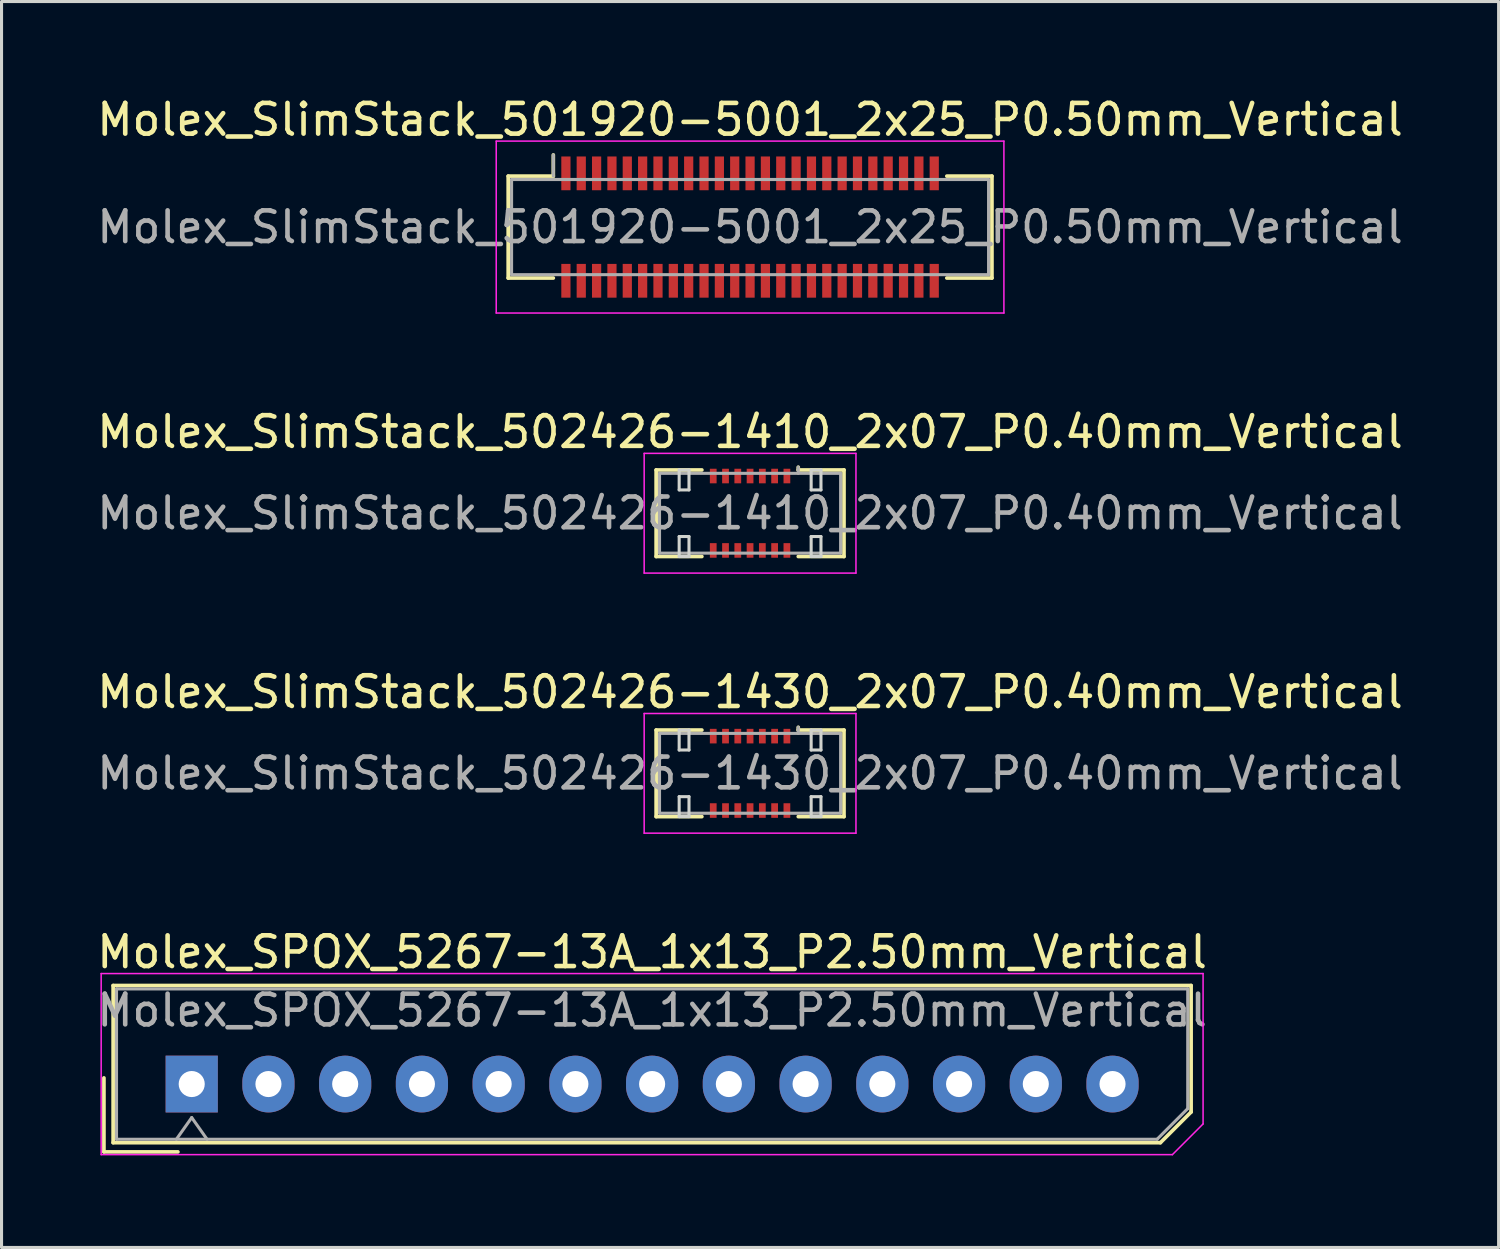
<source format=kicad_pcb>
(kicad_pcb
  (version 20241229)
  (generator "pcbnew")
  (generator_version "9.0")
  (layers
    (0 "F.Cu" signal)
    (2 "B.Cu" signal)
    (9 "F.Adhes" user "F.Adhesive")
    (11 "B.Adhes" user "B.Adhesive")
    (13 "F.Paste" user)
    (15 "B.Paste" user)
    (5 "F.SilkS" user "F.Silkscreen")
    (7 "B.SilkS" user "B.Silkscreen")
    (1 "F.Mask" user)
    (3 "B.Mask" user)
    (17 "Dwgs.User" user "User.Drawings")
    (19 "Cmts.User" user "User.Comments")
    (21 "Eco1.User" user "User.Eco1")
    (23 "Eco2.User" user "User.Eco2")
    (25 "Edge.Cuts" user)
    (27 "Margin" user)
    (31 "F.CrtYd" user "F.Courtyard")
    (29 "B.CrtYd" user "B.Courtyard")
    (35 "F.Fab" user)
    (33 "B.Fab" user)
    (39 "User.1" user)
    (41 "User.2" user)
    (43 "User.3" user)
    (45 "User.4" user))
  (footprint "Molex_SlimStack_501920-5001_2x25_P0.50mm_Vertical"
    (layer "F.Cu")
    (at 21.387 4.348)
    (property "Reference" "Molex_SlimStack_501920-5001_2x25_P0.50mm_Vertical" (at 0 -3.5 0) (layer "F.SilkS") (effects (font (size 1 1) (thickness 0.15))))
    (attr smd)
    (fp_line (start -7.88 -1.66) (end -6.41 -1.66) (stroke (width 0.12) (type solid)) (layer "F.SilkS"))
    (fp_line (start -7.88 1.66) (end -7.88 -1.66) (stroke (width 0.12) (type solid)) (layer "F.SilkS"))
    (fp_line (start -6.41 -1.66) (end -6.41 -2.35) (stroke (width 0.12) (type solid)) (layer "F.SilkS"))
    (fp_line (start -6.41 1.66) (end -7.88 1.66) (stroke (width 0.12) (type solid)) (layer "F.SilkS"))
    (fp_line (start 6.41 1.66) (end 7.88 1.66) (stroke (width 0.12) (type solid)) (layer "F.SilkS"))
    (fp_line (start 7.88 -1.66) (end 6.41 -1.66) (stroke (width 0.12) (type solid)) (layer "F.SilkS"))
    (fp_line (start 7.88 1.66) (end 7.88 -1.66) (stroke (width 0.12) (type solid)) (layer "F.SilkS"))
    (fp_line (start -8.27 -2.8) (end -8.27 2.8) (stroke (width 0.05) (type solid)) (layer "F.CrtYd"))
    (fp_line (start -8.27 2.8) (end 8.27 2.8) (stroke (width 0.05) (type solid)) (layer "F.CrtYd"))
    (fp_line (start 8.27 -2.8) (end -8.27 -2.8) (stroke (width 0.05) (type solid)) (layer "F.CrtYd"))
    (fp_line (start 8.27 2.8) (end 8.27 -2.8) (stroke (width 0.05) (type solid)) (layer "F.CrtYd"))
    (fp_line (start -7.77 -1.55) (end -7.77 1.55) (stroke (width 0.1) (type solid)) (layer "F.Fab"))
    (fp_line (start -7.77 1.55) (end 7.77 1.55) (stroke (width 0.1) (type solid)) (layer "F.Fab"))
    (fp_line (start -6.41 -1.66) (end -6.41 -2.35) (stroke (width 0.1) (type solid)) (layer "F.Fab"))
    (fp_line (start 7.77 -1.55) (end -7.77 -1.55) (stroke (width 0.1) (type solid)) (layer "F.Fab"))
    (fp_line (start 7.77 1.55) (end 7.77 -1.55) (stroke (width 0.1) (type solid)) (layer "F.Fab"))
    (fp_text user "${REFERENCE}" (at 0 0 0) (layer "F.Fab") (effects (font (size 1 1) (thickness 0.15))))
    (pad "1" smd rect (at -6 -1.75) (size 0.3 1.1) (layers "F.Cu" "F.Mask" "F.Paste"))
    (pad "2" smd rect (at -6 1.75) (size 0.3 1.1) (layers "F.Cu" "F.Mask" "F.Paste"))
    (pad "3" smd rect (at -5.5 -1.75) (size 0.3 1.1) (layers "F.Cu" "F.Mask" "F.Paste"))
    (pad "4" smd rect (at -5.5 1.75) (size 0.3 1.1) (layers "F.Cu" "F.Mask" "F.Paste"))
    (pad "5" smd rect (at -5 -1.75) (size 0.3 1.1) (layers "F.Cu" "F.Mask" "F.Paste"))
    (pad "6" smd rect (at -5 1.75) (size 0.3 1.1) (layers "F.Cu" "F.Mask" "F.Paste"))
    (pad "7" smd rect (at -4.5 -1.75) (size 0.3 1.1) (layers "F.Cu" "F.Mask" "F.Paste"))
    (pad "8" smd rect (at -4.5 1.75) (size 0.3 1.1) (layers "F.Cu" "F.Mask" "F.Paste"))
    (pad "9" smd rect (at -4 -1.75) (size 0.3 1.1) (layers "F.Cu" "F.Mask" "F.Paste"))
    (pad "10" smd rect (at -4 1.75) (size 0.3 1.1) (layers "F.Cu" "F.Mask" "F.Paste"))
    (pad "11" smd rect (at -3.5 -1.75) (size 0.3 1.1) (layers "F.Cu" "F.Mask" "F.Paste"))
    (pad "12" smd rect (at -3.5 1.75) (size 0.3 1.1) (layers "F.Cu" "F.Mask" "F.Paste"))
    (pad "13" smd rect (at -3 -1.75) (size 0.3 1.1) (layers "F.Cu" "F.Mask" "F.Paste"))
    (pad "14" smd rect (at -3 1.75) (size 0.3 1.1) (layers "F.Cu" "F.Mask" "F.Paste"))
    (pad "15" smd rect (at -2.5 -1.75) (size 0.3 1.1) (layers "F.Cu" "F.Mask" "F.Paste"))
    (pad "16" smd rect (at -2.5 1.75) (size 0.3 1.1) (layers "F.Cu" "F.Mask" "F.Paste"))
    (pad "17" smd rect (at -2 -1.75) (size 0.3 1.1) (layers "F.Cu" "F.Mask" "F.Paste"))
    (pad "18" smd rect (at -2 1.75) (size 0.3 1.1) (layers "F.Cu" "F.Mask" "F.Paste"))
    (pad "19" smd rect (at -1.5 -1.75) (size 0.3 1.1) (layers "F.Cu" "F.Mask" "F.Paste"))
    (pad "20" smd rect (at -1.5 1.75) (size 0.3 1.1) (layers "F.Cu" "F.Mask" "F.Paste"))
    (pad "21" smd rect (at -1 -1.75) (size 0.3 1.1) (layers "F.Cu" "F.Mask" "F.Paste"))
    (pad "22" smd rect (at -1 1.75) (size 0.3 1.1) (layers "F.Cu" "F.Mask" "F.Paste"))
    (pad "23" smd rect (at -0.5 -1.75) (size 0.3 1.1) (layers "F.Cu" "F.Mask" "F.Paste"))
    (pad "24" smd rect (at -0.5 1.75) (size 0.3 1.1) (layers "F.Cu" "F.Mask" "F.Paste"))
    (pad "25" smd rect (at 0 -1.75) (size 0.3 1.1) (layers "F.Cu" "F.Mask" "F.Paste"))
    (pad "26" smd rect (at 0 1.75) (size 0.3 1.1) (layers "F.Cu" "F.Mask" "F.Paste"))
    (pad "27" smd rect (at 0.5 -1.75) (size 0.3 1.1) (layers "F.Cu" "F.Mask" "F.Paste"))
    (pad "28" smd rect (at 0.5 1.75) (size 0.3 1.1) (layers "F.Cu" "F.Mask" "F.Paste"))
    (pad "29" smd rect (at 1 -1.75) (size 0.3 1.1) (layers "F.Cu" "F.Mask" "F.Paste"))
    (pad "30" smd rect (at 1 1.75) (size 0.3 1.1) (layers "F.Cu" "F.Mask" "F.Paste"))
    (pad "31" smd rect (at 1.5 -1.75) (size 0.3 1.1) (layers "F.Cu" "F.Mask" "F.Paste"))
    (pad "32" smd rect (at 1.5 1.75) (size 0.3 1.1) (layers "F.Cu" "F.Mask" "F.Paste"))
    (pad "33" smd rect (at 2 -1.75) (size 0.3 1.1) (layers "F.Cu" "F.Mask" "F.Paste"))
    (pad "34" smd rect (at 2 1.75) (size 0.3 1.1) (layers "F.Cu" "F.Mask" "F.Paste"))
    (pad "35" smd rect (at 2.5 -1.75) (size 0.3 1.1) (layers "F.Cu" "F.Mask" "F.Paste"))
    (pad "36" smd rect (at 2.5 1.75) (size 0.3 1.1) (layers "F.Cu" "F.Mask" "F.Paste"))
    (pad "37" smd rect (at 3 -1.75) (size 0.3 1.1) (layers "F.Cu" "F.Mask" "F.Paste"))
    (pad "38" smd rect (at 3 1.75) (size 0.3 1.1) (layers "F.Cu" "F.Mask" "F.Paste"))
    (pad "39" smd rect (at 3.5 -1.75) (size 0.3 1.1) (layers "F.Cu" "F.Mask" "F.Paste"))
    (pad "40" smd rect (at 3.5 1.75) (size 0.3 1.1) (layers "F.Cu" "F.Mask" "F.Paste"))
    (pad "41" smd rect (at 4 -1.75) (size 0.3 1.1) (layers "F.Cu" "F.Mask" "F.Paste"))
    (pad "42" smd rect (at 4 1.75) (size 0.3 1.1) (layers "F.Cu" "F.Mask" "F.Paste"))
    (pad "43" smd rect (at 4.5 -1.75) (size 0.3 1.1) (layers "F.Cu" "F.Mask" "F.Paste"))
    (pad "44" smd rect (at 4.5 1.75) (size 0.3 1.1) (layers "F.Cu" "F.Mask" "F.Paste"))
    (pad "45" smd rect (at 5 -1.75) (size 0.3 1.1) (layers "F.Cu" "F.Mask" "F.Paste"))
    (pad "46" smd rect (at 5 1.75) (size 0.3 1.1) (layers "F.Cu" "F.Mask" "F.Paste"))
    (pad "47" smd rect (at 5.5 -1.75) (size 0.3 1.1) (layers "F.Cu" "F.Mask" "F.Paste"))
    (pad "48" smd rect (at 5.5 1.75) (size 0.3 1.1) (layers "F.Cu" "F.Mask" "F.Paste"))
    (pad "49" smd rect (at 6 -1.75) (size 0.3 1.1) (layers "F.Cu" "F.Mask" "F.Paste"))
    (pad "50" smd rect (at 6 1.75) (size 0.3 1.1) (layers "F.Cu" "F.Mask" "F.Paste")))
  (footprint "Molex_SlimStack_502426-1430_2x07_P0.40mm_Vertical"
    (layer "F.Cu")
    (at 21.387 22.145)
    (property "Reference" "Molex_SlimStack_502426-1430_2x07_P0.40mm_Vertical" (at 0 -2.65 0) (layer "F.SilkS") (effects (font (size 1 1) (thickness 0.15))))
    (attr smd)
    (fp_line (start -3.06 -1.41) (end -1.57 -1.41) (stroke (width 0.12) (type solid)) (layer "F.SilkS"))
    (fp_line (start -3.06 1.41) (end -3.06 -1.41) (stroke (width 0.12) (type solid)) (layer "F.SilkS"))
    (fp_line (start -1.57 1.41) (end -3.06 1.41) (stroke (width 0.12) (type solid)) (layer "F.SilkS"))
    (fp_line (start 1.57 -1.41) (end 1.57 -1.5) (stroke (width 0.12) (type solid)) (layer "F.SilkS"))
    (fp_line (start 1.57 1.41) (end 3.06 1.41) (stroke (width 0.12) (type solid)) (layer "F.SilkS"))
    (fp_line (start 3.06 -1.41) (end 1.57 -1.41) (stroke (width 0.12) (type solid)) (layer "F.SilkS"))
    (fp_line (start 3.06 1.41) (end 3.06 -1.41) (stroke (width 0.12) (type solid)) (layer "F.SilkS"))
    (fp_line (start -2.31 -1.41) (end -2.31 -0.76) (stroke (width 0.1) (type solid)) (layer "Edge.Cuts"))
    (fp_line (start -2.31 -0.76) (end -1.99 -0.76) (stroke (width 0.1) (type solid)) (layer "Edge.Cuts"))
    (fp_line (start -2.31 0.76) (end -2.31 1.41) (stroke (width 0.1) (type solid)) (layer "Edge.Cuts"))
    (fp_line (start -2.31 1.41) (end -1.99 1.41) (stroke (width 0.1) (type solid)) (layer "Edge.Cuts"))
    (fp_line (start -1.99 -1.41) (end -2.31 -1.41) (stroke (width 0.1) (type solid)) (layer "Edge.Cuts"))
    (fp_line (start -1.99 -0.76) (end -1.99 -1.41) (stroke (width 0.1) (type solid)) (layer "Edge.Cuts"))
    (fp_line (start -1.99 0.76) (end -2.31 0.76) (stroke (width 0.1) (type solid)) (layer "Edge.Cuts"))
    (fp_line (start -1.99 1.41) (end -1.99 0.76) (stroke (width 0.1) (type solid)) (layer "Edge.Cuts"))
    (fp_line (start 1.99 -1.41) (end 1.99 -0.76) (stroke (width 0.1) (type solid)) (layer "Edge.Cuts"))
    (fp_line (start 1.99 -0.76) (end 2.31 -0.76) (stroke (width 0.1) (type solid)) (layer "Edge.Cuts"))
    (fp_line (start 1.99 0.76) (end 1.99 1.41) (stroke (width 0.1) (type solid)) (layer "Edge.Cuts"))
    (fp_line (start 1.99 1.41) (end 2.31 1.41) (stroke (width 0.1) (type solid)) (layer "Edge.Cuts"))
    (fp_line (start 2.31 -1.41) (end 1.99 -1.41) (stroke (width 0.1) (type solid)) (layer "Edge.Cuts"))
    (fp_line (start 2.31 -0.76) (end 2.31 -1.41) (stroke (width 0.1) (type solid)) (layer "Edge.Cuts"))
    (fp_line (start 2.31 0.76) (end 1.99 0.76) (stroke (width 0.1) (type solid)) (layer "Edge.Cuts"))
    (fp_line (start 2.31 1.41) (end 2.31 0.76) (stroke (width 0.1) (type solid)) (layer "Edge.Cuts"))
    (fp_line (start -3.45 -1.95) (end -3.45 1.95) (stroke (width 0.05) (type solid)) (layer "F.CrtYd"))
    (fp_line (start -3.45 1.95) (end 3.45 1.95) (stroke (width 0.05) (type solid)) (layer "F.CrtYd"))
    (fp_line (start 3.45 -1.95) (end -3.45 -1.95) (stroke (width 0.05) (type solid)) (layer "F.CrtYd"))
    (fp_line (start 3.45 1.95) (end 3.45 -1.95) (stroke (width 0.05) (type solid)) (layer "F.CrtYd"))
    (fp_line (start -2.95 -1.3) (end -2.95 1.3) (stroke (width 0.1) (type solid)) (layer "F.Fab"))
    (fp_line (start -2.95 1.3) (end 2.95 1.3) (stroke (width 0.1) (type solid)) (layer "F.Fab"))
    (fp_line (start 1.57 -1.3) (end 1.57 -1.5) (stroke (width 0.1) (type solid)) (layer "F.Fab"))
    (fp_line (start 2.95 -1.3) (end -2.95 -1.3) (stroke (width 0.1) (type solid)) (layer "F.Fab"))
    (fp_line (start 2.95 1.3) (end 2.95 -1.3) (stroke (width 0.1) (type solid)) (layer "F.Fab"))
    (fp_text user "${REFERENCE}" (at 0 0 0) (layer "F.Fab") (effects (font (size 1 1) (thickness 0.15))))
    (pad "1" smd rect (at 1.2 -1.212) (size 0.22 0.475) (layers "F.Cu" "F.Mask" "F.Paste"))
    (pad "2" smd rect (at 1.2 1.212) (size 0.22 0.475) (layers "F.Cu" "F.Mask" "F.Paste"))
    (pad "3" smd rect (at 0.8 -1.212) (size 0.22 0.475) (layers "F.Cu" "F.Mask" "F.Paste"))
    (pad "4" smd rect (at 0.8 1.212) (size 0.22 0.475) (layers "F.Cu" "F.Mask" "F.Paste"))
    (pad "5" smd rect (at 0.4 -1.212) (size 0.22 0.475) (layers "F.Cu" "F.Mask" "F.Paste"))
    (pad "6" smd rect (at 0.4 1.212) (size 0.22 0.475) (layers "F.Cu" "F.Mask" "F.Paste"))
    (pad "7" smd rect (at 0 -1.212) (size 0.22 0.475) (layers "F.Cu" "F.Mask" "F.Paste"))
    (pad "8" smd rect (at 0 1.212) (size 0.22 0.475) (layers "F.Cu" "F.Mask" "F.Paste"))
    (pad "9" smd rect (at -0.4 -1.212) (size 0.22 0.475) (layers "F.Cu" "F.Mask" "F.Paste"))
    (pad "10" smd rect (at -0.4 1.212) (size 0.22 0.475) (layers "F.Cu" "F.Mask" "F.Paste"))
    (pad "11" smd rect (at -0.8 -1.212) (size 0.22 0.475) (layers "F.Cu" "F.Mask" "F.Paste"))
    (pad "12" smd rect (at -0.8 1.212) (size 0.22 0.475) (layers "F.Cu" "F.Mask" "F.Paste"))
    (pad "13" smd rect (at -1.2 -1.212) (size 0.22 0.475) (layers "F.Cu" "F.Mask" "F.Paste"))
    (pad "14" smd rect (at -1.2 1.212) (size 0.22 0.475) (layers "F.Cu" "F.Mask" "F.Paste")))
  (footprint "Molex_SlimStack_502426-1410_2x07_P0.40mm_Vertical"
    (layer "F.Cu")
    (at 21.387 13.671)
    (property "Reference" "Molex_SlimStack_502426-1410_2x07_P0.40mm_Vertical" (at 0 -2.65 0) (layer "F.SilkS") (effects (font (size 1 1) (thickness 0.15))))
    (attr smd)
    (fp_line (start -3.06 -1.41) (end -1.57 -1.41) (stroke (width 0.12) (type solid)) (layer "F.SilkS"))
    (fp_line (start -3.06 1.41) (end -3.06 -1.41) (stroke (width 0.12) (type solid)) (layer "F.SilkS"))
    (fp_line (start -1.57 1.41) (end -3.06 1.41) (stroke (width 0.12) (type solid)) (layer "F.SilkS"))
    (fp_line (start 1.57 -1.41) (end 1.57 -1.5) (stroke (width 0.12) (type solid)) (layer "F.SilkS"))
    (fp_line (start 1.57 1.41) (end 3.06 1.41) (stroke (width 0.12) (type solid)) (layer "F.SilkS"))
    (fp_line (start 3.06 -1.41) (end 1.57 -1.41) (stroke (width 0.12) (type solid)) (layer "F.SilkS"))
    (fp_line (start 3.06 1.41) (end 3.06 -1.41) (stroke (width 0.12) (type solid)) (layer "F.SilkS"))
    (fp_line (start -2.31 -1.41) (end -2.31 -0.76) (stroke (width 0.1) (type solid)) (layer "Edge.Cuts"))
    (fp_line (start -2.31 -0.76) (end -1.99 -0.76) (stroke (width 0.1) (type solid)) (layer "Edge.Cuts"))
    (fp_line (start -2.31 0.76) (end -2.31 1.41) (stroke (width 0.1) (type solid)) (layer "Edge.Cuts"))
    (fp_line (start -2.31 1.41) (end -1.99 1.41) (stroke (width 0.1) (type solid)) (layer "Edge.Cuts"))
    (fp_line (start -1.99 -1.41) (end -2.31 -1.41) (stroke (width 0.1) (type solid)) (layer "Edge.Cuts"))
    (fp_line (start -1.99 -0.76) (end -1.99 -1.41) (stroke (width 0.1) (type solid)) (layer "Edge.Cuts"))
    (fp_line (start -1.99 0.76) (end -2.31 0.76) (stroke (width 0.1) (type solid)) (layer "Edge.Cuts"))
    (fp_line (start -1.99 1.41) (end -1.99 0.76) (stroke (width 0.1) (type solid)) (layer "Edge.Cuts"))
    (fp_line (start 1.99 -1.41) (end 1.99 -0.76) (stroke (width 0.1) (type solid)) (layer "Edge.Cuts"))
    (fp_line (start 1.99 -0.76) (end 2.31 -0.76) (stroke (width 0.1) (type solid)) (layer "Edge.Cuts"))
    (fp_line (start 1.99 0.76) (end 1.99 1.41) (stroke (width 0.1) (type solid)) (layer "Edge.Cuts"))
    (fp_line (start 1.99 1.41) (end 2.31 1.41) (stroke (width 0.1) (type solid)) (layer "Edge.Cuts"))
    (fp_line (start 2.31 -1.41) (end 1.99 -1.41) (stroke (width 0.1) (type solid)) (layer "Edge.Cuts"))
    (fp_line (start 2.31 -0.76) (end 2.31 -1.41) (stroke (width 0.1) (type solid)) (layer "Edge.Cuts"))
    (fp_line (start 2.31 0.76) (end 1.99 0.76) (stroke (width 0.1) (type solid)) (layer "Edge.Cuts"))
    (fp_line (start 2.31 1.41) (end 2.31 0.76) (stroke (width 0.1) (type solid)) (layer "Edge.Cuts"))
    (fp_line (start -3.45 -1.95) (end -3.45 1.95) (stroke (width 0.05) (type solid)) (layer "F.CrtYd"))
    (fp_line (start -3.45 1.95) (end 3.45 1.95) (stroke (width 0.05) (type solid)) (layer "F.CrtYd"))
    (fp_line (start 3.45 -1.95) (end -3.45 -1.95) (stroke (width 0.05) (type solid)) (layer "F.CrtYd"))
    (fp_line (start 3.45 1.95) (end 3.45 -1.95) (stroke (width 0.05) (type solid)) (layer "F.CrtYd"))
    (fp_line (start -2.95 -1.3) (end -2.95 1.3) (stroke (width 0.1) (type solid)) (layer "F.Fab"))
    (fp_line (start -2.95 1.3) (end 2.95 1.3) (stroke (width 0.1) (type solid)) (layer "F.Fab"))
    (fp_line (start 1.57 -1.3) (end 1.57 -1.5) (stroke (width 0.1) (type solid)) (layer "F.Fab"))
    (fp_line (start 2.95 -1.3) (end -2.95 -1.3) (stroke (width 0.1) (type solid)) (layer "F.Fab"))
    (fp_line (start 2.95 1.3) (end 2.95 -1.3) (stroke (width 0.1) (type solid)) (layer "F.Fab"))
    (fp_text user "${REFERENCE}" (at 0 0 0) (layer "F.Fab") (effects (font (size 1 1) (thickness 0.15))))
    (pad "1" smd rect (at 1.2 -1.212) (size 0.22 0.475) (layers "F.Cu" "F.Mask" "F.Paste"))
    (pad "2" smd rect (at 1.2 1.212) (size 0.22 0.475) (layers "F.Cu" "F.Mask" "F.Paste"))
    (pad "3" smd rect (at 0.8 -1.212) (size 0.22 0.475) (layers "F.Cu" "F.Mask" "F.Paste"))
    (pad "4" smd rect (at 0.8 1.212) (size 0.22 0.475) (layers "F.Cu" "F.Mask" "F.Paste"))
    (pad "5" smd rect (at 0.4 -1.212) (size 0.22 0.475) (layers "F.Cu" "F.Mask" "F.Paste"))
    (pad "6" smd rect (at 0.4 1.212) (size 0.22 0.475) (layers "F.Cu" "F.Mask" "F.Paste"))
    (pad "7" smd rect (at 0 -1.212) (size 0.22 0.475) (layers "F.Cu" "F.Mask" "F.Paste"))
    (pad "8" smd rect (at 0 1.212) (size 0.22 0.475) (layers "F.Cu" "F.Mask" "F.Paste"))
    (pad "9" smd rect (at -0.4 -1.212) (size 0.22 0.475) (layers "F.Cu" "F.Mask" "F.Paste"))
    (pad "10" smd rect (at -0.4 1.212) (size 0.22 0.475) (layers "F.Cu" "F.Mask" "F.Paste"))
    (pad "11" smd rect (at -0.8 -1.212) (size 0.22 0.475) (layers "F.Cu" "F.Mask" "F.Paste"))
    (pad "12" smd rect (at -0.8 1.212) (size 0.22 0.475) (layers "F.Cu" "F.Mask" "F.Paste"))
    (pad "13" smd rect (at -1.2 -1.212) (size 0.22 0.475) (layers "F.Cu" "F.Mask" "F.Paste"))
    (pad "14" smd rect (at -1.2 1.212) (size 0.22 0.475) (layers "F.Cu" "F.Mask" "F.Paste")))
  (footprint "Molex_SPOX_5267-13A_1x13_P2.50mm_Vertical"
    (layer "F.Cu")
    (at 3.196 32.268)
    (property "Reference" "Molex_SPOX_5267-13A_1x13_P2.50mm_Vertical" (at 15 -4.3 0) (layer "F.SilkS") (effects (font (size 1 1) (thickness 0.15))))
    (attr through_hole)
    (fp_line (start -2.86 -0.2) (end -2.86 2.21) (stroke (width 0.12) (type solid)) (layer "F.SilkS"))
    (fp_line (start -2.86 2.21) (end -0.45 2.21) (stroke (width 0.12) (type solid)) (layer "F.SilkS"))
    (fp_line (start -2.56 -3.21) (end -2.56 1.91) (stroke (width 0.12) (type solid)) (layer "F.SilkS"))
    (fp_line (start -2.56 1.91) (end 31.56 1.91) (stroke (width 0.12) (type solid)) (layer "F.SilkS"))
    (fp_line (start 31.56 1.91) (end 32.56 0.91) (stroke (width 0.12) (type solid)) (layer "F.SilkS"))
    (fp_line (start 32.56 -3.21) (end -2.56 -3.21) (stroke (width 0.12) (type solid)) (layer "F.SilkS"))
    (fp_line (start 32.56 0.91) (end 32.56 -3.21) (stroke (width 0.12) (type solid)) (layer "F.SilkS"))
    (fp_line (start -2.95 -3.6) (end -2.95 2.3) (stroke (width 0.05) (type solid)) (layer "F.CrtYd"))
    (fp_line (start -2.95 2.3) (end 31.95 2.3) (stroke (width 0.05) (type solid)) (layer "F.CrtYd"))
    (fp_line (start 31.95 2.3) (end 32.95 1.3) (stroke (width 0.05) (type solid)) (layer "F.CrtYd"))
    (fp_line (start 32.95 -3.6) (end -2.95 -3.6) (stroke (width 0.05) (type solid)) (layer "F.CrtYd"))
    (fp_line (start 32.95 1.3) (end 32.95 -3.6) (stroke (width 0.05) (type solid)) (layer "F.CrtYd"))
    (fp_line (start -2.45 -3.1) (end -2.45 1.8) (stroke (width 0.1) (type solid)) (layer "F.Fab"))
    (fp_line (start -2.45 1.8) (end 31.45 1.8) (stroke (width 0.1) (type solid)) (layer "F.Fab"))
    (fp_line (start -0.5 1.8) (end 0 1.093) (stroke (width 0.1) (type solid)) (layer "F.Fab"))
    (fp_line (start 0 1.093) (end 0.5 1.8) (stroke (width 0.1) (type solid)) (layer "F.Fab"))
    (fp_line (start 31.45 1.8) (end 32.45 0.8) (stroke (width 0.1) (type solid)) (layer "F.Fab"))
    (fp_line (start 32.45 -3.1) (end -2.45 -3.1) (stroke (width 0.1) (type solid)) (layer "F.Fab"))
    (fp_line (start 32.45 0.8) (end 32.45 -3.1) (stroke (width 0.1) (type solid)) (layer "F.Fab"))
    (fp_text user "${REFERENCE}" (at 15 -2.4 0) (layer "F.Fab") (effects (font (size 1 1) (thickness 0.15))))
    (pad "1" thru_hole rect (at 0 0) (size 1.7 1.85) (drill 0.85) (layers "*.Cu" "*.Mask"))
    (pad "2" thru_hole oval (at 2.5 0) (size 1.7 1.85) (drill 0.85) (layers "*.Cu" "*.Mask"))
    (pad "3" thru_hole oval (at 5 0) (size 1.7 1.85) (drill 0.85) (layers "*.Cu" "*.Mask"))
    (pad "4" thru_hole oval (at 7.5 0) (size 1.7 1.85) (drill 0.85) (layers "*.Cu" "*.Mask"))
    (pad "5" thru_hole oval (at 10 0) (size 1.7 1.85) (drill 0.85) (layers "*.Cu" "*.Mask"))
    (pad "6" thru_hole oval (at 12.5 0) (size 1.7 1.85) (drill 0.85) (layers "*.Cu" "*.Mask"))
    (pad "7" thru_hole oval (at 15 0) (size 1.7 1.85) (drill 0.85) (layers "*.Cu" "*.Mask"))
    (pad "8" thru_hole oval (at 17.5 0) (size 1.7 1.85) (drill 0.85) (layers "*.Cu" "*.Mask"))
    (pad "9" thru_hole oval (at 20 0) (size 1.7 1.85) (drill 0.85) (layers "*.Cu" "*.Mask"))
    (pad "10" thru_hole oval (at 22.5 0) (size 1.7 1.85) (drill 0.85) (layers "*.Cu" "*.Mask"))
    (pad "11" thru_hole oval (at 25 0) (size 1.7 1.85) (drill 0.85) (layers "*.Cu" "*.Mask"))
    (pad "12" thru_hole oval (at 27.5 0) (size 1.7 1.85) (drill 0.85) (layers "*.Cu" "*.Mask"))
    (pad "13" thru_hole oval (at 30 0) (size 1.7 1.85) (drill 0.85) (layers "*.Cu" "*.Mask")))
  (gr_rect
    (start -3 -3)
    (end 45.774 37.593)
    (stroke (width 0.1) (type default))
    (fill no)
    (layer "Edge.Cuts")))
</source>
